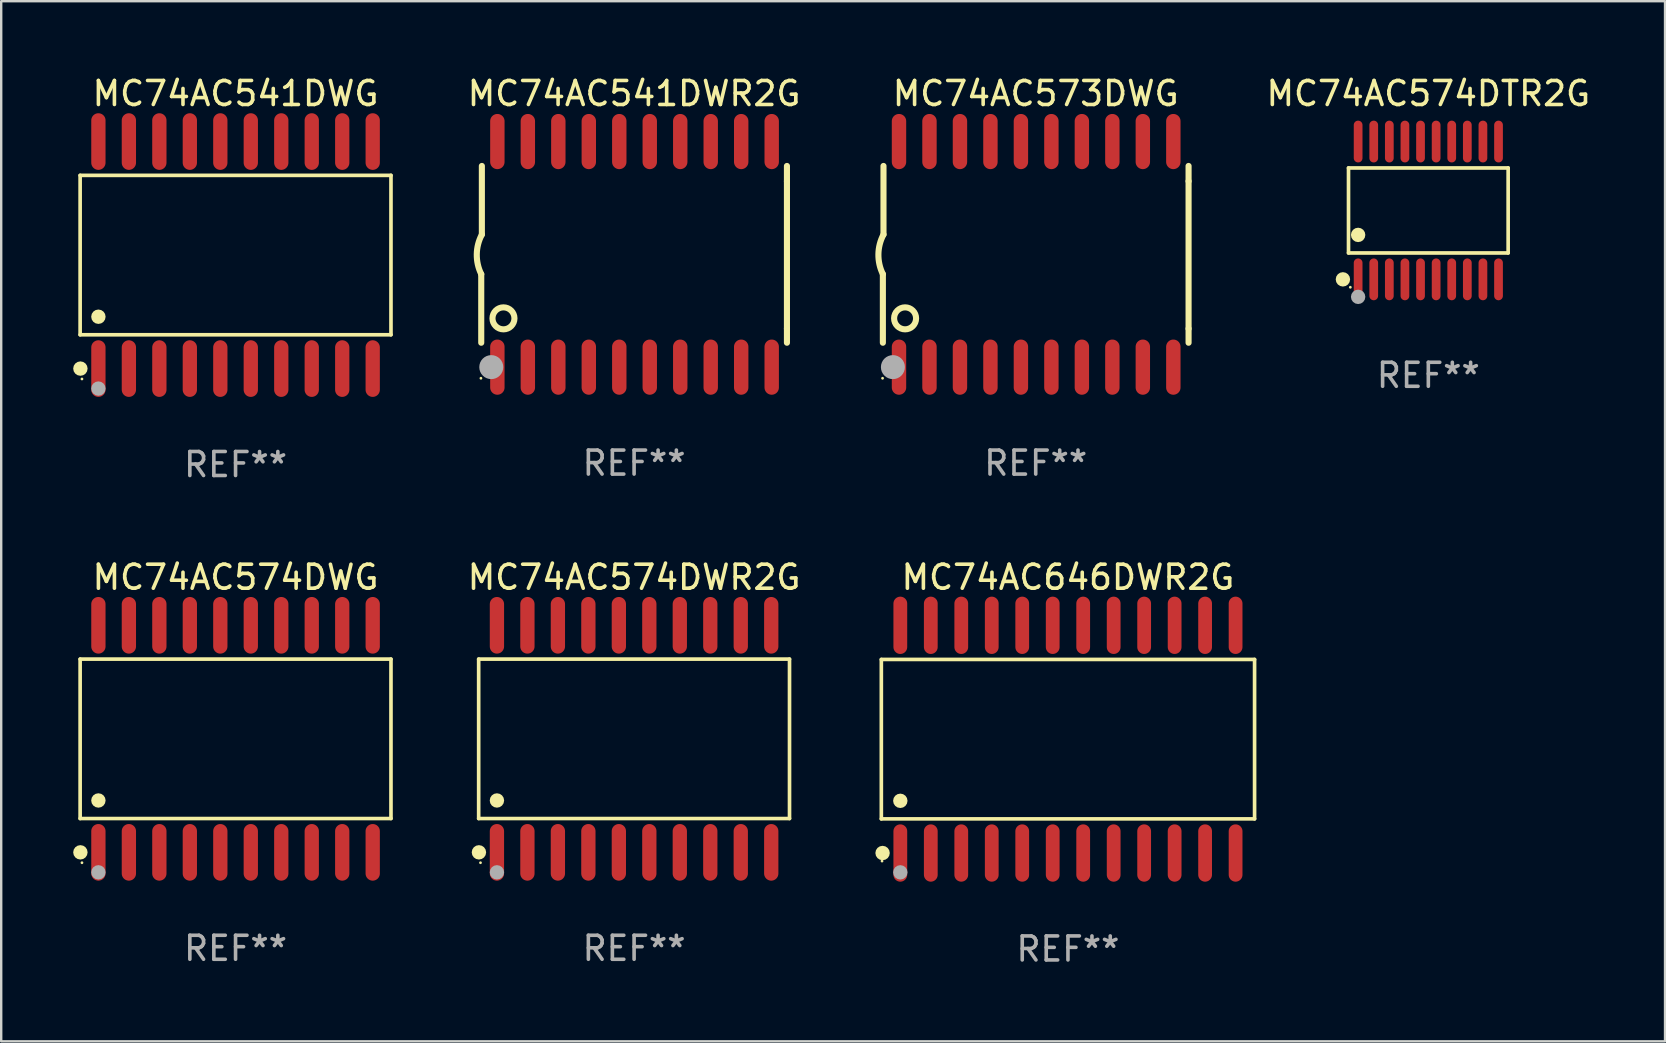
<source format=kicad_pcb>
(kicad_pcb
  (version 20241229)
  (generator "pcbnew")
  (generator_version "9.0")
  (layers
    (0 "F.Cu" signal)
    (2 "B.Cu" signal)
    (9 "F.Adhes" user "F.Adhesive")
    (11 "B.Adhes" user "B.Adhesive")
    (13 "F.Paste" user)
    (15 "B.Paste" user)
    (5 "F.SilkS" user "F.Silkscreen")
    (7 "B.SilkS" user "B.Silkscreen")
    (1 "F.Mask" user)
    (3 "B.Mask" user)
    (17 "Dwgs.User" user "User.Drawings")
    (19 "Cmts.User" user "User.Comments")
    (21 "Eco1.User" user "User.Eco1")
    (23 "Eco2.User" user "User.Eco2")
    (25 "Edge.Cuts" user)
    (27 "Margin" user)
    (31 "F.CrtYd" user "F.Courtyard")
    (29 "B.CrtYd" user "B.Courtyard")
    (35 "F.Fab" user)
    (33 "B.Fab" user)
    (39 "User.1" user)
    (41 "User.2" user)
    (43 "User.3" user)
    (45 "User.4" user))
  (footprint "MC74AC646DWR2G"
    (layer "F.Cu")
    (at 41.449 27.749)
    (property "Reference" "MC74AC646DWR2G" (at 0 -6.744 0) (layer "F.SilkS") (effects (font (size 1 1) (thickness 0.15))))
    (attr through_hole)
    (fp_line (start -7.776 -3.321) (end 7.776 -3.321) (stroke (width 0.152) (type solid)) (layer "F.SilkS"))
    (fp_line (start -7.776 3.321) (end -7.776 -3.321) (stroke (width 0.152) (type solid)) (layer "F.SilkS"))
    (fp_line (start 7.776 -3.321) (end 7.776 3.321) (stroke (width 0.152) (type solid)) (layer "F.SilkS"))
    (fp_line (start 7.776 3.321) (end -7.776 3.321) (stroke (width 0.152) (type solid)) (layer "F.SilkS"))
    (fp_circle (center -7.747 5.08) (end -7.717 5.08) (stroke (width 0.06) (type solid)) (fill no) (layer "F.SilkS"))
    (fp_circle (center -7.724 4.744) (end -7.574 4.744) (stroke (width 0.3) (type solid)) (fill no) (layer "F.SilkS"))
    (fp_circle (center -6.985 2.569) (end -6.835 2.569) (stroke (width 0.3) (type solid)) (fill no) (layer "F.SilkS"))
    (fp_circle (center -6.985 5.55) (end -6.835 5.55) (stroke (width 0.3) (type solid)) (fill no) (layer "F.Fab"))
    (fp_text user "REF**" (at 0 8.744 0) (layer "F.Fab") (effects (font (size 1 1) (thickness 0.15))))
    (pad "1" smd oval (at -6.985 4.744) (size 0.574 2.388) (layers "F.Cu" "F.Mask" "F.Paste"))
    (pad "2" smd oval (at -5.715 4.744) (size 0.574 2.388) (layers "F.Cu" "F.Mask" "F.Paste"))
    (pad "3" smd oval (at -4.445 4.744) (size 0.574 2.388) (layers "F.Cu" "F.Mask" "F.Paste"))
    (pad "4" smd oval (at -3.175 4.744) (size 0.574 2.388) (layers "F.Cu" "F.Mask" "F.Paste"))
    (pad "5" smd oval (at -1.905 4.744) (size 0.574 2.388) (layers "F.Cu" "F.Mask" "F.Paste"))
    (pad "6" smd oval (at -0.635 4.744) (size 0.574 2.388) (layers "F.Cu" "F.Mask" "F.Paste"))
    (pad "7" smd oval (at 0.635 4.744) (size 0.574 2.388) (layers "F.Cu" "F.Mask" "F.Paste"))
    (pad "8" smd oval (at 1.905 4.744) (size 0.574 2.388) (layers "F.Cu" "F.Mask" "F.Paste"))
    (pad "9" smd oval (at 3.175 4.744) (size 0.574 2.388) (layers "F.Cu" "F.Mask" "F.Paste"))
    (pad "10" smd oval (at 4.445 4.744) (size 0.574 2.388) (layers "F.Cu" "F.Mask" "F.Paste"))
    (pad "11" smd oval (at 5.715 4.744) (size 0.574 2.388) (layers "F.Cu" "F.Mask" "F.Paste"))
    (pad "12" smd oval (at 6.985 4.744) (size 0.574 2.388) (layers "F.Cu" "F.Mask" "F.Paste"))
    (pad "13" smd oval (at 6.985 -4.744) (size 0.574 2.388) (layers "F.Cu" "F.Mask" "F.Paste"))
    (pad "14" smd oval (at 5.715 -4.744) (size 0.574 2.388) (layers "F.Cu" "F.Mask" "F.Paste"))
    (pad "15" smd oval (at 4.445 -4.744) (size 0.574 2.388) (layers "F.Cu" "F.Mask" "F.Paste"))
    (pad "16" smd oval (at 3.175 -4.744) (size 0.574 2.388) (layers "F.Cu" "F.Mask" "F.Paste"))
    (pad "17" smd oval (at 1.905 -4.744) (size 0.574 2.388) (layers "F.Cu" "F.Mask" "F.Paste"))
    (pad "18" smd oval (at 0.635 -4.744) (size 0.574 2.388) (layers "F.Cu" "F.Mask" "F.Paste"))
    (pad "19" smd oval (at -0.635 -4.744) (size 0.574 2.388) (layers "F.Cu" "F.Mask" "F.Paste"))
    (pad "20" smd oval (at -1.905 -4.744) (size 0.574 2.388) (layers "F.Cu" "F.Mask" "F.Paste"))
    (pad "21" smd oval (at -3.175 -4.744) (size 0.574 2.388) (layers "F.Cu" "F.Mask" "F.Paste"))
    (pad "22" smd oval (at -4.445 -4.744) (size 0.574 2.388) (layers "F.Cu" "F.Mask" "F.Paste"))
    (pad "23" smd oval (at -5.715 -4.744) (size 0.574 2.388) (layers "F.Cu" "F.Mask" "F.Paste"))
    (pad "24" smd oval (at -6.985 -4.744) (size 0.574 2.388) (layers "F.Cu" "F.Mask" "F.Paste")))
  (footprint "MC74AC574DWG"
    (layer "F.Cu")
    (at 6.765 27.735)
    (property "Reference" "MC74AC574DWG" (at 0 -6.73 0) (layer "F.SilkS") (effects (font (size 1 1) (thickness 0.15))))
    (attr through_hole)
    (fp_line (start -6.476 -3.321) (end 6.476 -3.321) (stroke (width 0.152) (type solid)) (layer "F.SilkS"))
    (fp_line (start -6.476 3.321) (end -6.476 -3.321) (stroke (width 0.152) (type solid)) (layer "F.SilkS"))
    (fp_line (start 6.476 -3.321) (end 6.476 3.321) (stroke (width 0.152) (type solid)) (layer "F.SilkS"))
    (fp_line (start 6.476 3.321) (end -6.476 3.321) (stroke (width 0.152) (type solid)) (layer "F.SilkS"))
    (fp_circle (center -6.465 4.73) (end -6.315 4.73) (stroke (width 0.3) (type solid)) (fill no) (layer "F.SilkS"))
    (fp_circle (center -6.4 5.163) (end -6.37 5.163) (stroke (width 0.06) (type solid)) (fill no) (layer "F.SilkS"))
    (fp_circle (center -5.715 2.569) (end -5.565 2.569) (stroke (width 0.3) (type solid)) (fill no) (layer "F.SilkS"))
    (fp_circle (center -5.715 5.563) (end -5.565 5.563) (stroke (width 0.3) (type solid)) (fill no) (layer "F.Fab"))
    (fp_text user "REF**" (at 0 8.73 0) (layer "F.Fab") (effects (font (size 1 1) (thickness 0.15))))
    (pad "1" smd oval (at -5.715 4.73) (size 0.595 2.36) (layers "F.Cu" "F.Mask" "F.Paste"))
    (pad "2" smd oval (at -4.445 4.73) (size 0.595 2.36) (layers "F.Cu" "F.Mask" "F.Paste"))
    (pad "3" smd oval (at -3.175 4.73) (size 0.595 2.36) (layers "F.Cu" "F.Mask" "F.Paste"))
    (pad "4" smd oval (at -1.905 4.73) (size 0.595 2.36) (layers "F.Cu" "F.Mask" "F.Paste"))
    (pad "5" smd oval (at -0.635 4.73) (size 0.595 2.36) (layers "F.Cu" "F.Mask" "F.Paste"))
    (pad "6" smd oval (at 0.635 4.73) (size 0.595 2.36) (layers "F.Cu" "F.Mask" "F.Paste"))
    (pad "7" smd oval (at 1.905 4.73) (size 0.595 2.36) (layers "F.Cu" "F.Mask" "F.Paste"))
    (pad "8" smd oval (at 3.175 4.73) (size 0.595 2.36) (layers "F.Cu" "F.Mask" "F.Paste"))
    (pad "9" smd oval (at 4.445 4.73) (size 0.595 2.36) (layers "F.Cu" "F.Mask" "F.Paste"))
    (pad "10" smd oval (at 5.715 4.73) (size 0.595 2.36) (layers "F.Cu" "F.Mask" "F.Paste"))
    (pad "11" smd oval (at 5.715 -4.73) (size 0.595 2.36) (layers "F.Cu" "F.Mask" "F.Paste"))
    (pad "12" smd oval (at 4.445 -4.73) (size 0.595 2.36) (layers "F.Cu" "F.Mask" "F.Paste"))
    (pad "13" smd oval (at 3.175 -4.73) (size 0.595 2.36) (layers "F.Cu" "F.Mask" "F.Paste"))
    (pad "14" smd oval (at 1.905 -4.73) (size 0.595 2.36) (layers "F.Cu" "F.Mask" "F.Paste"))
    (pad "15" smd oval (at 0.635 -4.73) (size 0.595 2.36) (layers "F.Cu" "F.Mask" "F.Paste"))
    (pad "16" smd oval (at -0.635 -4.73) (size 0.595 2.36) (layers "F.Cu" "F.Mask" "F.Paste"))
    (pad "17" smd oval (at -1.905 -4.73) (size 0.595 2.36) (layers "F.Cu" "F.Mask" "F.Paste"))
    (pad "18" smd oval (at -3.175 -4.73) (size 0.595 2.36) (layers "F.Cu" "F.Mask" "F.Paste"))
    (pad "19" smd oval (at -4.445 -4.73) (size 0.595 2.36) (layers "F.Cu" "F.Mask" "F.Paste"))
    (pad "20" smd oval (at -5.715 -4.73) (size 0.595 2.36) (layers "F.Cu" "F.Mask" "F.Paste")))
  (footprint "MC74AC541DWG"
    (layer "F.Cu")
    (at 6.765 7.578)
    (property "Reference" "MC74AC541DWG" (at 0 -6.73 0) (layer "F.SilkS") (effects (font (size 1 1) (thickness 0.15))))
    (attr through_hole)
    (fp_line (start -6.476 -3.321) (end 6.476 -3.321) (stroke (width 0.152) (type solid)) (layer "F.SilkS"))
    (fp_line (start -6.476 3.321) (end -6.476 -3.321) (stroke (width 0.152) (type solid)) (layer "F.SilkS"))
    (fp_line (start 6.476 -3.321) (end 6.476 3.321) (stroke (width 0.152) (type solid)) (layer "F.SilkS"))
    (fp_line (start 6.476 3.321) (end -6.476 3.321) (stroke (width 0.152) (type solid)) (layer "F.SilkS"))
    (fp_circle (center -6.465 4.73) (end -6.315 4.73) (stroke (width 0.3) (type solid)) (fill no) (layer "F.SilkS"))
    (fp_circle (center -6.4 5.163) (end -6.37 5.163) (stroke (width 0.06) (type solid)) (fill no) (layer "F.SilkS"))
    (fp_circle (center -5.715 2.569) (end -5.565 2.569) (stroke (width 0.3) (type solid)) (fill no) (layer "F.SilkS"))
    (fp_circle (center -5.715 5.563) (end -5.565 5.563) (stroke (width 0.3) (type solid)) (fill no) (layer "F.Fab"))
    (fp_text user "REF**" (at 0 8.73 0) (layer "F.Fab") (effects (font (size 1 1) (thickness 0.15))))
    (pad "1" smd oval (at -5.715 4.73) (size 0.595 2.36) (layers "F.Cu" "F.Mask" "F.Paste"))
    (pad "2" smd oval (at -4.445 4.73) (size 0.595 2.36) (layers "F.Cu" "F.Mask" "F.Paste"))
    (pad "3" smd oval (at -3.175 4.73) (size 0.595 2.36) (layers "F.Cu" "F.Mask" "F.Paste"))
    (pad "4" smd oval (at -1.905 4.73) (size 0.595 2.36) (layers "F.Cu" "F.Mask" "F.Paste"))
    (pad "5" smd oval (at -0.635 4.73) (size 0.595 2.36) (layers "F.Cu" "F.Mask" "F.Paste"))
    (pad "6" smd oval (at 0.635 4.73) (size 0.595 2.36) (layers "F.Cu" "F.Mask" "F.Paste"))
    (pad "7" smd oval (at 1.905 4.73) (size 0.595 2.36) (layers "F.Cu" "F.Mask" "F.Paste"))
    (pad "8" smd oval (at 3.175 4.73) (size 0.595 2.36) (layers "F.Cu" "F.Mask" "F.Paste"))
    (pad "9" smd oval (at 4.445 4.73) (size 0.595 2.36) (layers "F.Cu" "F.Mask" "F.Paste"))
    (pad "10" smd oval (at 5.715 4.73) (size 0.595 2.36) (layers "F.Cu" "F.Mask" "F.Paste"))
    (pad "11" smd oval (at 5.715 -4.73) (size 0.595 2.36) (layers "F.Cu" "F.Mask" "F.Paste"))
    (pad "12" smd oval (at 4.445 -4.73) (size 0.595 2.36) (layers "F.Cu" "F.Mask" "F.Paste"))
    (pad "13" smd oval (at 3.175 -4.73) (size 0.595 2.36) (layers "F.Cu" "F.Mask" "F.Paste"))
    (pad "14" smd oval (at 1.905 -4.73) (size 0.595 2.36) (layers "F.Cu" "F.Mask" "F.Paste"))
    (pad "15" smd oval (at 0.635 -4.73) (size 0.595 2.36) (layers "F.Cu" "F.Mask" "F.Paste"))
    (pad "16" smd oval (at -0.635 -4.73) (size 0.595 2.36) (layers "F.Cu" "F.Mask" "F.Paste"))
    (pad "17" smd oval (at -1.905 -4.73) (size 0.595 2.36) (layers "F.Cu" "F.Mask" "F.Paste"))
    (pad "18" smd oval (at -3.175 -4.73) (size 0.595 2.36) (layers "F.Cu" "F.Mask" "F.Paste"))
    (pad "19" smd oval (at -4.445 -4.73) (size 0.595 2.36) (layers "F.Cu" "F.Mask" "F.Paste"))
    (pad "20" smd oval (at -5.715 -4.73) (size 0.595 2.36) (layers "F.Cu" "F.Mask" "F.Paste")))
  (footprint "MC74AC541DWR2G"
    (layer "F.Cu")
    (at 23.371 7.548)
    (property "Reference" "MC74AC541DWR2G" (at 0 -6.7 0) (layer "F.SilkS") (effects (font (size 1 1) (thickness 0.15))))
    (attr through_hole)
    (fp_line (start -6.369 0.826) (end -6.369 3.683) (stroke (width 0.254) (type solid)) (layer "F.SilkS"))
    (fp_line (start -6.343 -0.825) (end -6.343 -3.683) (stroke (width 0.254) (type solid)) (layer "F.SilkS"))
    (fp_line (start 6.369 -3.048) (end 6.369 -3.683) (stroke (width 0.254) (type solid)) (layer "F.SilkS"))
    (fp_line (start 6.369 -3.048) (end 6.369 3.096) (stroke (width 0.254) (type solid)) (layer "F.SilkS"))
    (fp_line (start 6.369 3.096) (end 6.369 3.683) (stroke (width 0.254) (type solid)) (layer "F.SilkS"))
    (fp_arc (start -6.36853 0.825552) (mid -6.554743 -0.00301) (end -6.343129 -0.825451) (stroke (width 0.254001) (type solid)) (layer "F.SilkS"))
    (fp_circle (center -6.382 5.163) (end -6.352 5.163) (stroke (width 0.06) (type solid)) (fill no) (layer "F.SilkS"))
    (fp_circle (center -5.443 2.667) (end -4.985 2.667) (stroke (width 0.254) (type solid)) (fill no) (layer "F.SilkS"))
    (fp_circle (center -5.951 4.699) (end -5.701 4.699) (stroke (width 0.5) (type solid)) (fill no) (layer "F.Fab"))
    (fp_text user "REF**" (at 0 8.7 0) (layer "F.Fab") (effects (font (size 1 1) (thickness 0.15))))
    (pad "1" smd oval (at -5.697 4.7 180) (size 0.6 2.3) (layers "F.Cu" "F.Mask" "F.Paste"))
    (pad "2" smd oval (at -4.427 4.7 180) (size 0.6 2.3) (layers "F.Cu" "F.Mask" "F.Paste"))
    (pad "3" smd oval (at -3.157 4.7 180) (size 0.6 2.3) (layers "F.Cu" "F.Mask" "F.Paste"))
    (pad "4" smd oval (at -1.887 4.7 180) (size 0.6 2.3) (layers "F.Cu" "F.Mask" "F.Paste"))
    (pad "5" smd oval (at -0.617 4.7 180) (size 0.6 2.3) (layers "F.Cu" "F.Mask" "F.Paste"))
    (pad "6" smd oval (at 0.653 4.7 180) (size 0.6 2.3) (layers "F.Cu" "F.Mask" "F.Paste"))
    (pad "7" smd oval (at 1.923 4.7 180) (size 0.6 2.3) (layers "F.Cu" "F.Mask" "F.Paste"))
    (pad "8" smd oval (at 3.193 4.7 180) (size 0.6 2.3) (layers "F.Cu" "F.Mask" "F.Paste"))
    (pad "9" smd oval (at 4.463 4.7 180) (size 0.6 2.3) (layers "F.Cu" "F.Mask" "F.Paste"))
    (pad "10" smd oval (at 5.734 4.7 180) (size 0.6 2.3) (layers "F.Cu" "F.Mask" "F.Paste"))
    (pad "11" smd oval (at 5.734 -4.7 180) (size 0.6 2.3) (layers "F.Cu" "F.Mask" "F.Paste"))
    (pad "12" smd oval (at 4.463 -4.7 180) (size 0.6 2.3) (layers "F.Cu" "F.Mask" "F.Paste"))
    (pad "13" smd oval (at 3.193 -4.7 180) (size 0.6 2.3) (layers "F.Cu" "F.Mask" "F.Paste"))
    (pad "14" smd oval (at 1.923 -4.7 180) (size 0.6 2.3) (layers "F.Cu" "F.Mask" "F.Paste"))
    (pad "15" smd oval (at 0.653 -4.7 180) (size 0.6 2.3) (layers "F.Cu" "F.Mask" "F.Paste"))
    (pad "16" smd oval (at -0.617 -4.7 180) (size 0.6 2.3) (layers "F.Cu" "F.Mask" "F.Paste"))
    (pad "17" smd oval (at -1.887 -4.7 180) (size 0.6 2.3) (layers "F.Cu" "F.Mask" "F.Paste"))
    (pad "18" smd oval (at -3.157 -4.7 180) (size 0.6 2.3) (layers "F.Cu" "F.Mask" "F.Paste"))
    (pad "19" smd oval (at -4.427 -4.7 180) (size 0.6 2.3) (layers "F.Cu" "F.Mask" "F.Paste"))
    (pad "20" smd oval (at -5.697 -4.7 180) (size 0.6 2.3) (layers "F.Cu" "F.Mask" "F.Paste")))
  (footprint "MC74AC573DWG"
    (layer "F.Cu")
    (at 40.106 7.548)
    (property "Reference" "MC74AC573DWG" (at 0 -6.7 0) (layer "F.SilkS") (effects (font (size 1 1) (thickness 0.15))))
    (attr through_hole)
    (fp_line (start -6.369 0.826) (end -6.369 3.683) (stroke (width 0.254) (type solid)) (layer "F.SilkS"))
    (fp_line (start -6.343 -0.825) (end -6.343 -3.683) (stroke (width 0.254) (type solid)) (layer "F.SilkS"))
    (fp_line (start 6.369 -3.048) (end 6.369 -3.683) (stroke (width 0.254) (type solid)) (layer "F.SilkS"))
    (fp_line (start 6.369 -3.048) (end 6.369 3.096) (stroke (width 0.254) (type solid)) (layer "F.SilkS"))
    (fp_line (start 6.369 3.096) (end 6.369 3.683) (stroke (width 0.254) (type solid)) (layer "F.SilkS"))
    (fp_arc (start -6.36853 0.825552) (mid -6.554743 -0.00301) (end -6.343129 -0.825451) (stroke (width 0.254001) (type solid)) (layer "F.SilkS"))
    (fp_circle (center -6.382 5.163) (end -6.352 5.163) (stroke (width 0.06) (type solid)) (fill no) (layer "F.SilkS"))
    (fp_circle (center -5.443 2.667) (end -4.985 2.667) (stroke (width 0.254) (type solid)) (fill no) (layer "F.SilkS"))
    (fp_circle (center -5.951 4.699) (end -5.701 4.699) (stroke (width 0.5) (type solid)) (fill no) (layer "F.Fab"))
    (fp_text user "REF**" (at 0 8.7 0) (layer "F.Fab") (effects (font (size 1 1) (thickness 0.15))))
    (pad "1" smd oval (at -5.697 4.7 180) (size 0.6 2.3) (layers "F.Cu" "F.Mask" "F.Paste"))
    (pad "2" smd oval (at -4.427 4.7 180) (size 0.6 2.3) (layers "F.Cu" "F.Mask" "F.Paste"))
    (pad "3" smd oval (at -3.157 4.7 180) (size 0.6 2.3) (layers "F.Cu" "F.Mask" "F.Paste"))
    (pad "4" smd oval (at -1.887 4.7 180) (size 0.6 2.3) (layers "F.Cu" "F.Mask" "F.Paste"))
    (pad "5" smd oval (at -0.617 4.7 180) (size 0.6 2.3) (layers "F.Cu" "F.Mask" "F.Paste"))
    (pad "6" smd oval (at 0.653 4.7 180) (size 0.6 2.3) (layers "F.Cu" "F.Mask" "F.Paste"))
    (pad "7" smd oval (at 1.923 4.7 180) (size 0.6 2.3) (layers "F.Cu" "F.Mask" "F.Paste"))
    (pad "8" smd oval (at 3.193 4.7 180) (size 0.6 2.3) (layers "F.Cu" "F.Mask" "F.Paste"))
    (pad "9" smd oval (at 4.463 4.7 180) (size 0.6 2.3) (layers "F.Cu" "F.Mask" "F.Paste"))
    (pad "10" smd oval (at 5.734 4.7 180) (size 0.6 2.3) (layers "F.Cu" "F.Mask" "F.Paste"))
    (pad "11" smd oval (at 5.734 -4.7 180) (size 0.6 2.3) (layers "F.Cu" "F.Mask" "F.Paste"))
    (pad "12" smd oval (at 4.463 -4.7 180) (size 0.6 2.3) (layers "F.Cu" "F.Mask" "F.Paste"))
    (pad "13" smd oval (at 3.193 -4.7 180) (size 0.6 2.3) (layers "F.Cu" "F.Mask" "F.Paste"))
    (pad "14" smd oval (at 1.923 -4.7 180) (size 0.6 2.3) (layers "F.Cu" "F.Mask" "F.Paste"))
    (pad "15" smd oval (at 0.653 -4.7 180) (size 0.6 2.3) (layers "F.Cu" "F.Mask" "F.Paste"))
    (pad "16" smd oval (at -0.617 -4.7 180) (size 0.6 2.3) (layers "F.Cu" "F.Mask" "F.Paste"))
    (pad "17" smd oval (at -1.887 -4.7 180) (size 0.6 2.3) (layers "F.Cu" "F.Mask" "F.Paste"))
    (pad "18" smd oval (at -3.157 -4.7 180) (size 0.6 2.3) (layers "F.Cu" "F.Mask" "F.Paste"))
    (pad "19" smd oval (at -4.427 -4.7 180) (size 0.6 2.3) (layers "F.Cu" "F.Mask" "F.Paste"))
    (pad "20" smd oval (at -5.697 -4.7 180) (size 0.6 2.3) (layers "F.Cu" "F.Mask" "F.Paste")))
  (footprint "MC74AC574DWR2G"
    (layer "F.Cu")
    (at 23.371 27.735)
    (property "Reference" "MC74AC574DWR2G" (at 0 -6.73 0) (layer "F.SilkS") (effects (font (size 1 1) (thickness 0.15))))
    (attr through_hole)
    (fp_line (start -6.476 -3.321) (end 6.476 -3.321) (stroke (width 0.152) (type solid)) (layer "F.SilkS"))
    (fp_line (start -6.476 3.321) (end -6.476 -3.321) (stroke (width 0.152) (type solid)) (layer "F.SilkS"))
    (fp_line (start 6.476 -3.321) (end 6.476 3.321) (stroke (width 0.152) (type solid)) (layer "F.SilkS"))
    (fp_line (start 6.476 3.321) (end -6.476 3.321) (stroke (width 0.152) (type solid)) (layer "F.SilkS"))
    (fp_circle (center -6.465 4.73) (end -6.315 4.73) (stroke (width 0.3) (type solid)) (fill no) (layer "F.SilkS"))
    (fp_circle (center -6.4 5.163) (end -6.37 5.163) (stroke (width 0.06) (type solid)) (fill no) (layer "F.SilkS"))
    (fp_circle (center -5.715 2.569) (end -5.565 2.569) (stroke (width 0.3) (type solid)) (fill no) (layer "F.SilkS"))
    (fp_circle (center -5.715 5.563) (end -5.565 5.563) (stroke (width 0.3) (type solid)) (fill no) (layer "F.Fab"))
    (fp_text user "REF**" (at 0 8.73 0) (layer "F.Fab") (effects (font (size 1 1) (thickness 0.15))))
    (pad "1" smd oval (at -5.715 4.73) (size 0.595 2.36) (layers "F.Cu" "F.Mask" "F.Paste"))
    (pad "2" smd oval (at -4.445 4.73) (size 0.595 2.36) (layers "F.Cu" "F.Mask" "F.Paste"))
    (pad "3" smd oval (at -3.175 4.73) (size 0.595 2.36) (layers "F.Cu" "F.Mask" "F.Paste"))
    (pad "4" smd oval (at -1.905 4.73) (size 0.595 2.36) (layers "F.Cu" "F.Mask" "F.Paste"))
    (pad "5" smd oval (at -0.635 4.73) (size 0.595 2.36) (layers "F.Cu" "F.Mask" "F.Paste"))
    (pad "6" smd oval (at 0.635 4.73) (size 0.595 2.36) (layers "F.Cu" "F.Mask" "F.Paste"))
    (pad "7" smd oval (at 1.905 4.73) (size 0.595 2.36) (layers "F.Cu" "F.Mask" "F.Paste"))
    (pad "8" smd oval (at 3.175 4.73) (size 0.595 2.36) (layers "F.Cu" "F.Mask" "F.Paste"))
    (pad "9" smd oval (at 4.445 4.73) (size 0.595 2.36) (layers "F.Cu" "F.Mask" "F.Paste"))
    (pad "10" smd oval (at 5.715 4.73) (size 0.595 2.36) (layers "F.Cu" "F.Mask" "F.Paste"))
    (pad "11" smd oval (at 5.715 -4.73) (size 0.595 2.36) (layers "F.Cu" "F.Mask" "F.Paste"))
    (pad "12" smd oval (at 4.445 -4.73) (size 0.595 2.36) (layers "F.Cu" "F.Mask" "F.Paste"))
    (pad "13" smd oval (at 3.175 -4.73) (size 0.595 2.36) (layers "F.Cu" "F.Mask" "F.Paste"))
    (pad "14" smd oval (at 1.905 -4.73) (size 0.595 2.36) (layers "F.Cu" "F.Mask" "F.Paste"))
    (pad "15" smd oval (at 0.635 -4.73) (size 0.595 2.36) (layers "F.Cu" "F.Mask" "F.Paste"))
    (pad "16" smd oval (at -0.635 -4.73) (size 0.595 2.36) (layers "F.Cu" "F.Mask" "F.Paste"))
    (pad "17" smd oval (at -1.905 -4.73) (size 0.595 2.36) (layers "F.Cu" "F.Mask" "F.Paste"))
    (pad "18" smd oval (at -3.175 -4.73) (size 0.595 2.36) (layers "F.Cu" "F.Mask" "F.Paste"))
    (pad "19" smd oval (at -4.445 -4.73) (size 0.595 2.36) (layers "F.Cu" "F.Mask" "F.Paste"))
    (pad "20" smd oval (at -5.715 -4.73) (size 0.595 2.36) (layers "F.Cu" "F.Mask" "F.Paste")))
  (footprint "MC74AC574DTR2G"
    (layer "F.Cu")
    (at 56.465 5.719)
    (property "Reference" "MC74AC574DTR2G" (at 0 -4.871 0) (layer "F.SilkS") (effects (font (size 1 1) (thickness 0.15))))
    (attr through_hole)
    (fp_line (start -3.326 -1.771) (end 3.326 -1.771) (stroke (width 0.152) (type solid)) (layer "F.SilkS"))
    (fp_line (start -3.326 1.771) (end -3.326 -1.771) (stroke (width 0.152) (type solid)) (layer "F.SilkS"))
    (fp_line (start 3.326 -1.771) (end 3.326 1.771) (stroke (width 0.152) (type solid)) (layer "F.SilkS"))
    (fp_line (start 3.326 1.771) (end -3.326 1.771) (stroke (width 0.152) (type solid)) (layer "F.SilkS"))
    (fp_circle (center -3.559 2.871) (end -3.409 2.871) (stroke (width 0.3) (type solid)) (fill no) (layer "F.SilkS"))
    (fp_circle (center -3.25 3.2) (end -3.22 3.2) (stroke (width 0.06) (type solid)) (fill no) (layer "F.SilkS"))
    (fp_circle (center -2.925 1.019) (end -2.775 1.019) (stroke (width 0.3) (type solid)) (fill no) (layer "F.SilkS"))
    (fp_circle (center -2.925 3.6) (end -2.775 3.6) (stroke (width 0.3) (type solid)) (fill no) (layer "F.Fab"))
    (fp_text user "REF**" (at 0 6.871 0) (layer "F.Fab") (effects (font (size 1 1) (thickness 0.15))))
    (pad "1" smd oval (at -2.925 2.871) (size 0.364 1.742) (layers "F.Cu" "F.Mask" "F.Paste"))
    (pad "2" smd oval (at -2.275 2.871) (size 0.364 1.742) (layers "F.Cu" "F.Mask" "F.Paste"))
    (pad "3" smd oval (at -1.625 2.871) (size 0.364 1.742) (layers "F.Cu" "F.Mask" "F.Paste"))
    (pad "4" smd oval (at -0.975 2.871) (size 0.364 1.742) (layers "F.Cu" "F.Mask" "F.Paste"))
    (pad "5" smd oval (at -0.325 2.871) (size 0.364 1.742) (layers "F.Cu" "F.Mask" "F.Paste"))
    (pad "6" smd oval (at 0.325 2.871) (size 0.364 1.742) (layers "F.Cu" "F.Mask" "F.Paste"))
    (pad "7" smd oval (at 0.975 2.871) (size 0.364 1.742) (layers "F.Cu" "F.Mask" "F.Paste"))
    (pad "8" smd oval (at 1.625 2.871) (size 0.364 1.742) (layers "F.Cu" "F.Mask" "F.Paste"))
    (pad "9" smd oval (at 2.275 2.871) (size 0.364 1.742) (layers "F.Cu" "F.Mask" "F.Paste"))
    (pad "10" smd oval (at 2.925 2.871) (size 0.364 1.742) (layers "F.Cu" "F.Mask" "F.Paste"))
    (pad "11" smd oval (at 2.925 -2.871) (size 0.364 1.742) (layers "F.Cu" "F.Mask" "F.Paste"))
    (pad "12" smd oval (at 2.275 -2.871) (size 0.364 1.742) (layers "F.Cu" "F.Mask" "F.Paste"))
    (pad "13" smd oval (at 1.625 -2.871) (size 0.364 1.742) (layers "F.Cu" "F.Mask" "F.Paste"))
    (pad "14" smd oval (at 0.975 -2.871) (size 0.364 1.742) (layers "F.Cu" "F.Mask" "F.Paste"))
    (pad "15" smd oval (at 0.325 -2.871) (size 0.364 1.742) (layers "F.Cu" "F.Mask" "F.Paste"))
    (pad "16" smd oval (at -0.325 -2.871) (size 0.364 1.742) (layers "F.Cu" "F.Mask" "F.Paste"))
    (pad "17" smd oval (at -0.975 -2.871) (size 0.364 1.742) (layers "F.Cu" "F.Mask" "F.Paste"))
    (pad "18" smd oval (at -1.625 -2.871) (size 0.364 1.742) (layers "F.Cu" "F.Mask" "F.Paste"))
    (pad "19" smd oval (at -2.275 -2.871) (size 0.364 1.742) (layers "F.Cu" "F.Mask" "F.Paste"))
    (pad "20" smd oval (at -2.925 -2.871) (size 0.364 1.742) (layers "F.Cu" "F.Mask" "F.Paste")))
  (gr_rect
    (start -3 -3)
    (end 66.328 40.341)
    (stroke (width 0.1) (type default))
    (fill no)
    (layer "Edge.Cuts")))
</source>
